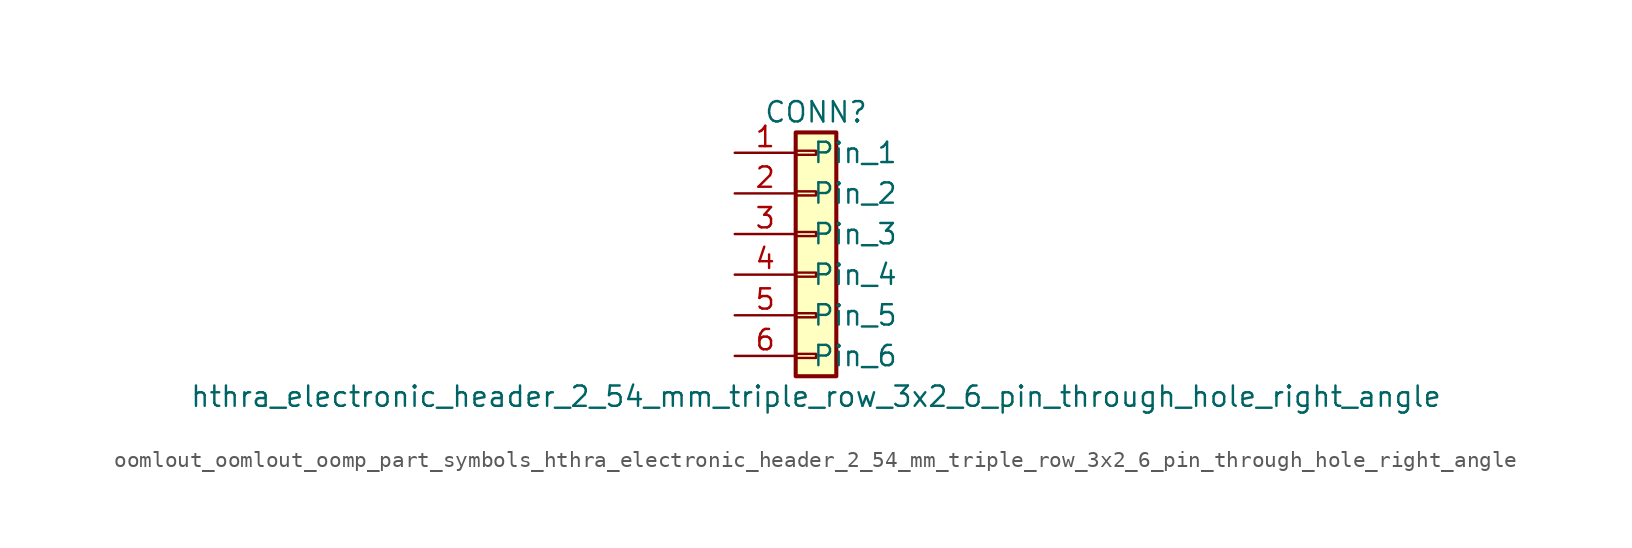
<source format=kicad_sym>
(kicad_symbol_lib
  (version 20220914)
  (generator kicad_symbol_editor)
  (symbol "oomlout_oomlout_oomp_part_symbols_hthra_electronic_header_2_54_mm_triple_row_3x2_6_pin_through_hole_right_angle"
    (pin_names
      (offset 1.016))
    (property "Reference" "CONN"
      (at 0 7.62 0)
      (effects (font (size 1.27 1.27))))
    (property "Value" "hthra_electronic_header_2_54_mm_triple_row_3x2_6_pin_through_hole_right_angle"
      (at 0 -10.16 0)
      (effects (font (size 1.27 1.27))))
    (symbol "oomlout_oomlout_oomp_part_symbols_hthra_electronic_header_2_54_mm_triple_row_3x2_6_pin_through_hole_right_angle_1_1"
      (rectangle (start -1.27 -7.493) (end 0 -7.747) (stroke (width 0.152) (type default)) (fill (type none)))
      (rectangle (start -1.27 -4.953) (end 0 -5.207) (stroke (width 0.152) (type default)) (fill (type none)))
      (rectangle (start -1.27 -2.413) (end 0 -2.667) (stroke (width 0.152) (type default)) (fill (type none)))
      (rectangle (start -1.27 0.127) (end 0 -0.127) (stroke (width 0.152) (type default)) (fill (type none)))
      (rectangle (start -1.27 2.667) (end 0 2.413) (stroke (width 0.152) (type default)) (fill (type none)))
      (rectangle (start -1.27 5.207) (end 0 4.953) (stroke (width 0.152) (type default)) (fill (type none)))
      (rectangle (start -1.27 6.35) (end 1.27 -8.89) (stroke (width 0.254) (type default)) (fill (type background)))
      (pin passive line (at -5.08 5.08 0) (length 3.81) (name "Pin_1" (effects (font (size 1.27 1.27)))) (number "1" (effects (font (size 1.27 1.27)))))
      (pin passive line (at -5.08 2.54 0) (length 3.81) (name "Pin_2" (effects (font (size 1.27 1.27)))) (number "2" (effects (font (size 1.27 1.27)))))
      (pin passive line (at -5.08 0 0) (length 3.81) (name "Pin_3" (effects (font (size 1.27 1.27)))) (number "3" (effects (font (size 1.27 1.27)))))
      (pin passive line (at -5.08 -2.54 0) (length 3.81) (name "Pin_4" (effects (font (size 1.27 1.27)))) (number "4" (effects (font (size 1.27 1.27)))))
      (pin passive line (at -5.08 -5.08 0) (length 3.81) (name "Pin_5" (effects (font (size 1.27 1.27)))) (number "5" (effects (font (size 1.27 1.27)))))
      (pin passive line (at -5.08 -7.62 0) (length 3.81) (name "Pin_6" (effects (font (size 1.27 1.27)))) (number "6" (effects (font (size 1.27 1.27))))))))
</source>
